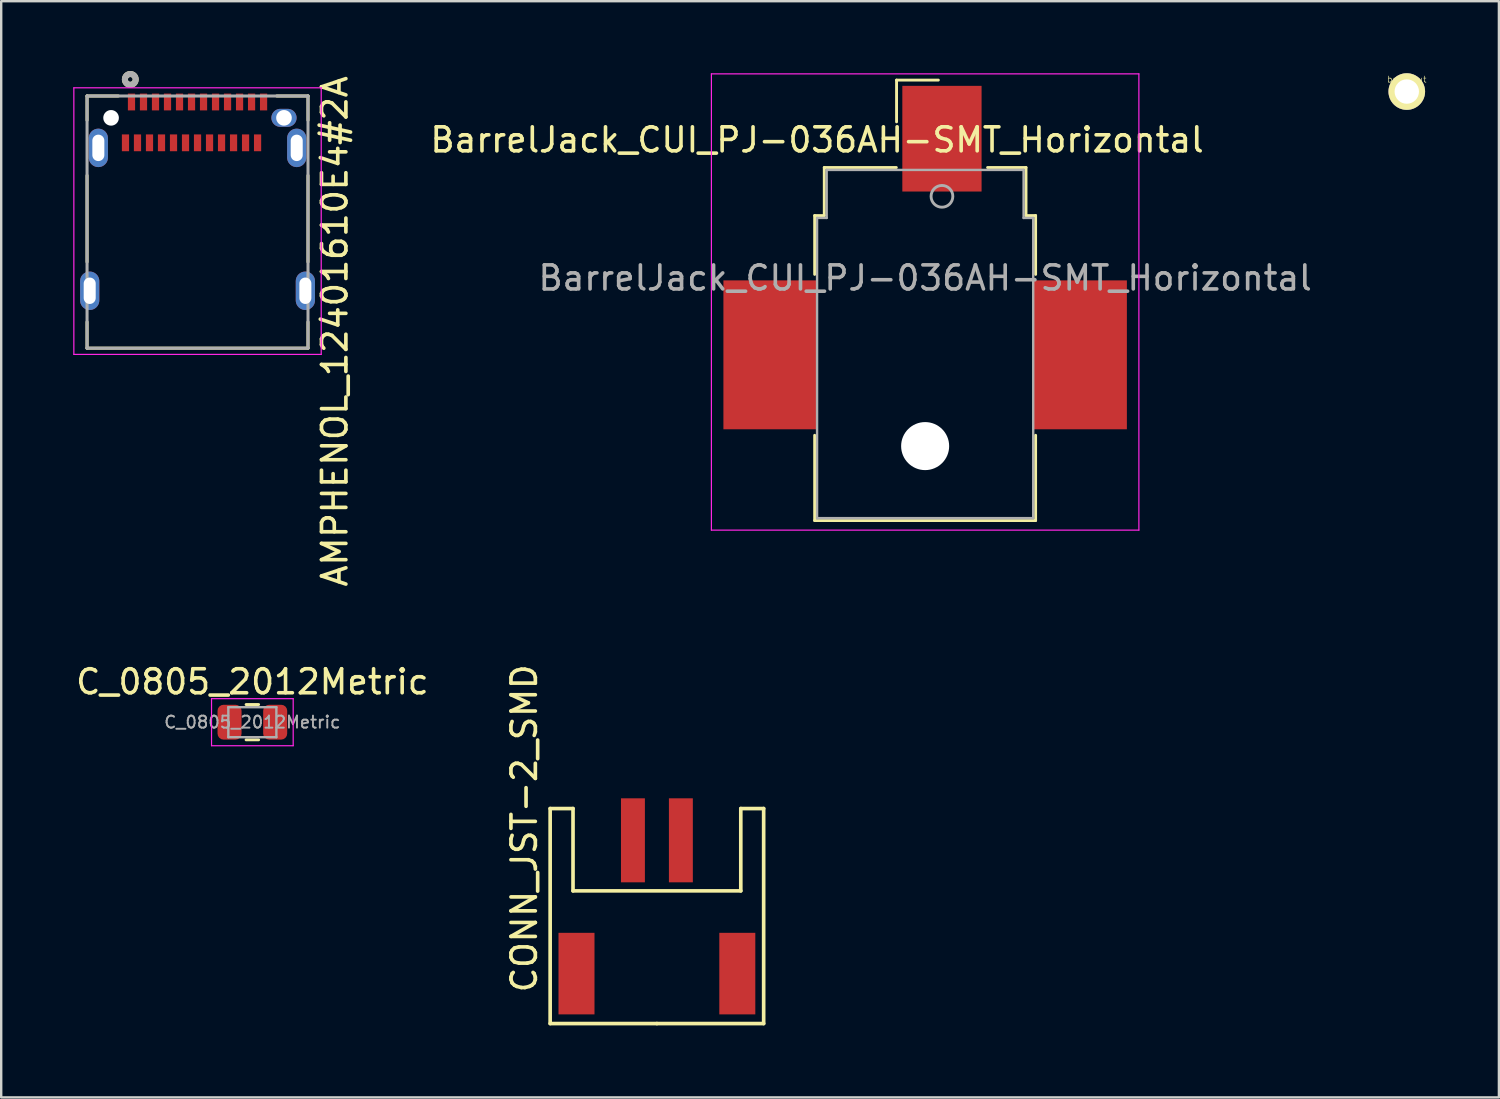
<source format=kicad_pcb>
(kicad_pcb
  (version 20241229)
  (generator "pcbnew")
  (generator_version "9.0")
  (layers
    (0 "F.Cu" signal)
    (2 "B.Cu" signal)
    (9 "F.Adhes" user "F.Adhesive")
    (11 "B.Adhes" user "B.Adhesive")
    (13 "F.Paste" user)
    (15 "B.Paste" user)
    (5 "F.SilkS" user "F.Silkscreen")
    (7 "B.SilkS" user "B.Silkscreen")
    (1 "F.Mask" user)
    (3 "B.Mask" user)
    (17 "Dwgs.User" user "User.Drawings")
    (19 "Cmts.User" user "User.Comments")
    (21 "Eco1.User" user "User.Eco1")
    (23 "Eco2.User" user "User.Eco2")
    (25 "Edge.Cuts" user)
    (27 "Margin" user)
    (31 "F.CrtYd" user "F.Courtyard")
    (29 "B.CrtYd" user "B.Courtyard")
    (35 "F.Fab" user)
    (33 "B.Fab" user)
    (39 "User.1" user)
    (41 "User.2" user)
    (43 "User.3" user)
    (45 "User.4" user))
  (footprint "AMPHENOL_12401610E4#2A"
    (layer "F.Cu")
    (at 5.175 1.857)
    (property "Reference" "AMPHENOL_12401610E4#2A" (at 5.715 8.89 90) (layer "F.SilkS") (effects (font (size 1.016 1.016) (thickness 0.152))))
    (attr through_hole)
    (fp_line (start -4.6 -0.91) (end -4.6 0.1) (stroke (width 0.127) (type solid)) (layer "F.SilkS"))
    (fp_line (start -4.6 2.4) (end -4.6 6) (stroke (width 0.127) (type solid)) (layer "F.SilkS"))
    (fp_line (start -4.6 8.5) (end -4.6 9.59) (stroke (width 0.127) (type solid)) (layer "F.SilkS"))
    (fp_line (start -3.3 -0.91) (end -4.6 -0.91) (stroke (width 0.127) (type solid)) (layer "F.SilkS"))
    (fp_line (start 4.6 -0.91) (end 3.3 -0.91) (stroke (width 0.127) (type solid)) (layer "F.SilkS"))
    (fp_line (start 4.6 -0.91) (end 4.6 0.1) (stroke (width 0.127) (type solid)) (layer "F.SilkS"))
    (fp_line (start 4.6 2.4) (end 4.6 6) (stroke (width 0.127) (type solid)) (layer "F.SilkS"))
    (fp_line (start 4.6 8.5) (end 4.6 9.59) (stroke (width 0.127) (type solid)) (layer "F.SilkS"))
    (fp_line (start 4.6 9.59) (end -4.6 9.59) (stroke (width 0.127) (type solid)) (layer "F.SilkS"))
    (fp_circle (center -2.8 -1.6) (end -2.7 -1.6) (stroke (width 0.25) (type solid)) (fill no) (layer "F.SilkS"))
    (fp_line (start -5.15 -1.25) (end -5.15 9.85) (stroke (width 0.05) (type solid)) (layer "F.CrtYd"))
    (fp_line (start -5.15 9.85) (end 5.15 9.85) (stroke (width 0.05) (type solid)) (layer "F.CrtYd"))
    (fp_line (start 5.15 -1.25) (end -5.15 -1.25) (stroke (width 0.05) (type solid)) (layer "F.CrtYd"))
    (fp_line (start 5.15 9.85) (end 5.15 -1.25) (stroke (width 0.05) (type solid)) (layer "F.CrtYd"))
    (fp_line (start -4.6 -0.91) (end 4.6 -0.91) (stroke (width 0.127) (type solid)) (layer "F.Fab"))
    (fp_line (start -4.6 9.59) (end -4.6 -0.91) (stroke (width 0.127) (type solid)) (layer "F.Fab"))
    (fp_line (start 4.6 -0.91) (end 4.6 9.59) (stroke (width 0.127) (type solid)) (layer "F.Fab"))
    (fp_line (start 4.6 9.59) (end -4.6 9.59) (stroke (width 0.127) (type solid)) (layer "F.Fab"))
    (fp_circle (center -2.8 -1.6) (end -2.7 -1.6) (stroke (width 0.25) (type solid)) (fill no) (layer "F.Fab"))
    (pad "" np_thru_hole circle (at -3.6 0) (size 0.65 0.65) (drill 0.65) (layers "*.Cu" "*.Mask"))
    (pad "" np_thru_hole oval (at 3.6 0) (size 1.05 0.75) (drill 0.65) (layers "*.Cu" "*.Mask"))
    (pad "A1" smd rect (at -2.75 -0.66) (size 0.3 0.7) (layers "F.Cu" "F.Mask" "F.Paste"))
    (pad "A2" smd rect (at -2.25 -0.66) (size 0.3 0.7) (layers "F.Cu" "F.Mask" "F.Paste"))
    (pad "A3" smd rect (at -1.75 -0.66) (size 0.3 0.7) (layers "F.Cu" "F.Mask" "F.Paste"))
    (pad "A4" smd rect (at -1.25 -0.66) (size 0.3 0.7) (layers "F.Cu" "F.Mask" "F.Paste"))
    (pad "A5" smd rect (at -0.75 -0.66) (size 0.3 0.7) (layers "F.Cu" "F.Mask" "F.Paste"))
    (pad "A6" smd rect (at -0.25 -0.66) (size 0.3 0.7) (layers "F.Cu" "F.Mask" "F.Paste"))
    (pad "A7" smd rect (at 0.25 -0.66) (size 0.3 0.7) (layers "F.Cu" "F.Mask" "F.Paste"))
    (pad "A8" smd rect (at 0.75 -0.66) (size 0.3 0.7) (layers "F.Cu" "F.Mask" "F.Paste"))
    (pad "A9" smd rect (at 1.25 -0.66) (size 0.3 0.7) (layers "F.Cu" "F.Mask" "F.Paste"))
    (pad "A10" smd rect (at 1.75 -0.66) (size 0.3 0.7) (layers "F.Cu" "F.Mask" "F.Paste"))
    (pad "A11" smd rect (at 2.25 -0.66) (size 0.3 0.7) (layers "F.Cu" "F.Mask" "F.Paste"))
    (pad "A12" smd rect (at 2.75 -0.66) (size 0.3 0.7) (layers "F.Cu" "F.Mask" "F.Paste"))
    (pad "B1" smd rect (at 2.5 1.04) (size 0.3 0.7) (layers "F.Cu" "F.Mask" "F.Paste"))
    (pad "B2" smd rect (at 2 1.04) (size 0.3 0.7) (layers "F.Cu" "F.Mask" "F.Paste"))
    (pad "B3" smd rect (at 1.5 1.04) (size 0.3 0.7) (layers "F.Cu" "F.Mask" "F.Paste"))
    (pad "B4" smd rect (at 1 1.04) (size 0.3 0.7) (layers "F.Cu" "F.Mask" "F.Paste"))
    (pad "B5" smd rect (at 0.5 1.04) (size 0.3 0.7) (layers "F.Cu" "F.Mask" "F.Paste"))
    (pad "B6" smd rect (at 0 1.04) (size 0.3 0.7) (layers "F.Cu" "F.Mask" "F.Paste"))
    (pad "B7" smd rect (at -0.5 1.04) (size 0.3 0.7) (layers "F.Cu" "F.Mask" "F.Paste"))
    (pad "B8" smd rect (at -1 1.04) (size 0.3 0.7) (layers "F.Cu" "F.Mask" "F.Paste"))
    (pad "B9" smd rect (at -1.5 1.04) (size 0.3 0.7) (layers "F.Cu" "F.Mask" "F.Paste"))
    (pad "B10" smd rect (at -2 1.04) (size 0.3 0.7) (layers "F.Cu" "F.Mask" "F.Paste"))
    (pad "B11" smd rect (at -2.5 1.04) (size 0.3 0.7) (layers "F.Cu" "F.Mask" "F.Paste"))
    (pad "B12" smd rect (at -3 1.04) (size 0.3 0.7) (layers "F.Cu" "F.Mask" "F.Paste"))
    (pad "S1" thru_hole oval (at -4.49 7.2) (size 0.8 1.6) (drill oval 0.5 1.1) (layers "*.Cu" "*.Mask"))
    (pad "S1" thru_hole oval (at -4.13 1.25) (size 0.8 1.6) (drill oval 0.5 1.1) (layers "*.Cu" "*.Mask"))
    (pad "S1" thru_hole oval (at 4.13 1.25) (size 0.8 1.6) (drill oval 0.5 1.1) (layers "*.Cu" "*.Mask"))
    (pad "S1" thru_hole oval (at 4.49 7.2) (size 0.8 1.6) (drill oval 0.5 1.1) (layers "*.Cu" "*.Mask")))
  (footprint "C_0805_2012Metric"
    (layer "F.Cu")
    (at 7.458 27.021)
    (property "Reference" "C_0805_2012Metric" (at 0 -1.68 0) (layer "F.SilkS") (effects (font (size 1 1) (thickness 0.15))))
    (attr smd)
    (fp_line (start -0.261 -0.735) (end 0.261 -0.735) (stroke (width 0.12) (type solid)) (layer "F.SilkS"))
    (fp_line (start -0.261 0.735) (end 0.261 0.735) (stroke (width 0.12) (type solid)) (layer "F.SilkS"))
    (fp_line (start -1.7 -0.98) (end 1.7 -0.98) (stroke (width 0.05) (type solid)) (layer "F.CrtYd"))
    (fp_line (start -1.7 0.98) (end -1.7 -0.98) (stroke (width 0.05) (type solid)) (layer "F.CrtYd"))
    (fp_line (start 1.7 -0.98) (end 1.7 0.98) (stroke (width 0.05) (type solid)) (layer "F.CrtYd"))
    (fp_line (start 1.7 0.98) (end -1.7 0.98) (stroke (width 0.05) (type solid)) (layer "F.CrtYd"))
    (fp_line (start -1 -0.625) (end 1 -0.625) (stroke (width 0.1) (type solid)) (layer "F.Fab"))
    (fp_line (start -1 0.625) (end -1 -0.625) (stroke (width 0.1) (type solid)) (layer "F.Fab"))
    (fp_line (start 1 -0.625) (end 1 0.625) (stroke (width 0.1) (type solid)) (layer "F.Fab"))
    (fp_line (start 1 0.625) (end -1 0.625) (stroke (width 0.1) (type solid)) (layer "F.Fab"))
    (fp_text user "${REFERENCE}" (at 0 0 0) (layer "F.Fab") (effects (font (size 0.5 0.5) (thickness 0.08))))
    (pad "1" smd roundrect (at -0.95 0) (size 1 1.45) (layers "F.Cu" "F.Mask" "F.Paste") (roundrect_rratio 0.25))
    (pad "2" smd roundrect (at 0.95 0) (size 1 1.45) (layers "F.Cu" "F.Mask" "F.Paste") (roundrect_rratio 0.25)))
  (footprint "breakout"
    (layer "F.Cu")
    (at 55.527 0.762)
    (property "Reference" "breakout" (at 0 -0.508 0) (layer "F.SilkS") (effects (font (size 0.254 0.254) (thickness 0.025))))
    (attr through_hole)
    (pad "1" thru_hole circle (at 0 0) (size 1.524 1.524) (drill 1.016) (layers "*.Cu" "*.Mask" "F.SilkS")))
  (footprint "CONN_JST-2_SMD"
    (layer "F.Cu")
    (at 24.303 39.189)
    (property "Reference" "CONN_JST-2_SMD" (at -5.524 -7.747 270) (layer "F.SilkS") (effects (font (size 1.016 1.016) (thickness 0.152))))
    (attr through_hole)
    (fp_line (start -4.445 -8.572) (end -3.493 -8.572) (stroke (width 0.152) (type solid)) (layer "F.SilkS"))
    (fp_line (start -4.445 0.381) (end -4.445 -8.572) (stroke (width 0.152) (type solid)) (layer "F.SilkS"))
    (fp_line (start -3.493 -8.572) (end -3.493 -5.144) (stroke (width 0.152) (type solid)) (layer "F.SilkS"))
    (fp_line (start -3.493 -5.144) (end 3.493 -5.144) (stroke (width 0.152) (type solid)) (layer "F.SilkS"))
    (fp_line (start 0 0.381) (end -4.445 0.381) (stroke (width 0.152) (type solid)) (layer "F.SilkS"))
    (fp_line (start 3.493 -8.572) (end 4.445 -8.572) (stroke (width 0.152) (type solid)) (layer "F.SilkS"))
    (fp_line (start 3.493 -5.144) (end 3.493 -8.572) (stroke (width 0.152) (type solid)) (layer "F.SilkS"))
    (fp_line (start 4.445 0.381) (end 0 0.381) (stroke (width 0.152) (type solid)) (layer "F.SilkS"))
    (fp_line (start 4.445 0.381) (end 4.445 -8.572) (stroke (width 0.152) (type solid)) (layer "F.SilkS"))
    (pad "" smd rect (at -3.348 -1.699) (size 1.499 3.396) (layers "F.Cu" "F.Mask" "F.Paste"))
    (pad "" smd rect (at 3.348 -1.699) (size 1.499 3.396) (layers "F.Cu" "F.Mask" "F.Paste"))
    (pad "1" smd rect (at -0.998 -7.249) (size 0.996 3.498) (layers "F.Cu" "F.Mask" "F.Paste"))
    (pad "2" smd rect (at 0.998 -7.249) (size 0.996 3.498) (layers "F.Cu" "F.Mask" "F.Paste")))
  (footprint "BarrelJack_CUI_PJ-036AH-SMT_Horizontal"
    (layer "F.Cu")
    (at 35.472 8.525)
    (property "Reference" "BarrelJack_CUI_PJ-036AH-SMT_Horizontal" (at -4.5 -5.75 180) (layer "F.SilkS") (effects (font (size 1 1) (thickness 0.15))))
    (attr smd)
    (fp_line (start -4.6 -2.6) (end -4.2 -2.6) (stroke (width 0.12) (type solid)) (layer "F.SilkS"))
    (fp_line (start -4.6 -0.15) (end -4.6 -2.6) (stroke (width 0.12) (type solid)) (layer "F.SilkS"))
    (fp_line (start -4.6 10.1) (end -4.6 6.55) (stroke (width 0.12) (type solid)) (layer "F.SilkS"))
    (fp_line (start -4.2 -4.6) (end -1.2 -4.6) (stroke (width 0.12) (type solid)) (layer "F.SilkS"))
    (fp_line (start -4.2 -2.6) (end -4.2 -4.6) (stroke (width 0.12) (type solid)) (layer "F.SilkS"))
    (fp_line (start -1.19 -8.24) (end 0.55 -8.24) (stroke (width 0.12) (type solid)) (layer "F.SilkS"))
    (fp_line (start -1.19 -6.5) (end -1.19 -8.24) (stroke (width 0.12) (type solid)) (layer "F.SilkS"))
    (fp_line (start 2.6 -4.6) (end 4.2 -4.6) (stroke (width 0.12) (type solid)) (layer "F.SilkS"))
    (fp_line (start 4.2 -4.6) (end 4.2 -2.6) (stroke (width 0.12) (type solid)) (layer "F.SilkS"))
    (fp_line (start 4.2 -2.6) (end 4.6 -2.6) (stroke (width 0.12) (type solid)) (layer "F.SilkS"))
    (fp_line (start 4.6 -2.6) (end 4.6 -0.15) (stroke (width 0.12) (type solid)) (layer "F.SilkS"))
    (fp_line (start 4.6 6.55) (end 4.6 10.1) (stroke (width 0.12) (type solid)) (layer "F.SilkS"))
    (fp_line (start 4.6 10.1) (end -4.6 10.1) (stroke (width 0.12) (type solid)) (layer "F.SilkS"))
    (fp_line (start -8.9 -8.5) (end -8.9 10.5) (stroke (width 0.05) (type solid)) (layer "F.CrtYd"))
    (fp_line (start -8.9 10.5) (end 8.9 10.5) (stroke (width 0.05) (type solid)) (layer "F.CrtYd"))
    (fp_line (start 8.9 -8.5) (end -8.9 -8.5) (stroke (width 0.05) (type solid)) (layer "F.CrtYd"))
    (fp_line (start 8.9 10.5) (end 8.9 -8.5) (stroke (width 0.05) (type solid)) (layer "F.CrtYd"))
    (fp_line (start -4.5 -2.5) (end -4.5 10) (stroke (width 0.1) (type solid)) (layer "F.Fab"))
    (fp_line (start -4.5 10) (end 4.5 10) (stroke (width 0.1) (type solid)) (layer "F.Fab"))
    (fp_line (start -4.1 -4.5) (end -4.1 -2.5) (stroke (width 0.1) (type solid)) (layer "F.Fab"))
    (fp_line (start -4.1 -2.5) (end -4.5 -2.5) (stroke (width 0.1) (type solid)) (layer "F.Fab"))
    (fp_line (start 4.1 -4.5) (end -4.1 -4.5) (stroke (width 0.1) (type solid)) (layer "F.Fab"))
    (fp_line (start 4.1 -2.5) (end 4.1 -4.5) (stroke (width 0.1) (type solid)) (layer "F.Fab"))
    (fp_line (start 4.5 -2.5) (end 4.1 -2.5) (stroke (width 0.1) (type solid)) (layer "F.Fab"))
    (fp_line (start 4.5 10) (end 4.5 -2.5) (stroke (width 0.1) (type solid)) (layer "F.Fab"))
    (fp_circle (center 0.7 -3.4) (end 0.75 -2.95) (stroke (width 0.12) (type solid)) (fill no) (layer "F.Fab"))
    (fp_text user "${REFERENCE}" (at 0 0 180) (layer "F.Fab") (effects (font (size 1 1) (thickness 0.15))))
    (pad "" np_thru_hole circle (at 0 7) (size 2 2) (drill 2) (layers "*.Cu" "*.Mask"))
    (pad "1" smd rect (at 0.7 -5.8) (size 3.3 4.4) (layers "F.Cu" "F.Mask" "F.Paste"))
    (pad "2" smd rect (at -6.45 3.2) (size 3.9 6.2) (layers "F.Cu" "F.Mask" "F.Paste"))
    (pad "3" smd rect (at 6.45 3.2) (size 3.9 6.2) (layers "F.Cu" "F.Mask" "F.Paste")))
  (gr_rect
    (start -3 -3)
    (end 59.363 42.646)
    (stroke (width 0.1) (type default))
    (fill no)
    (layer "Edge.Cuts")))
</source>
